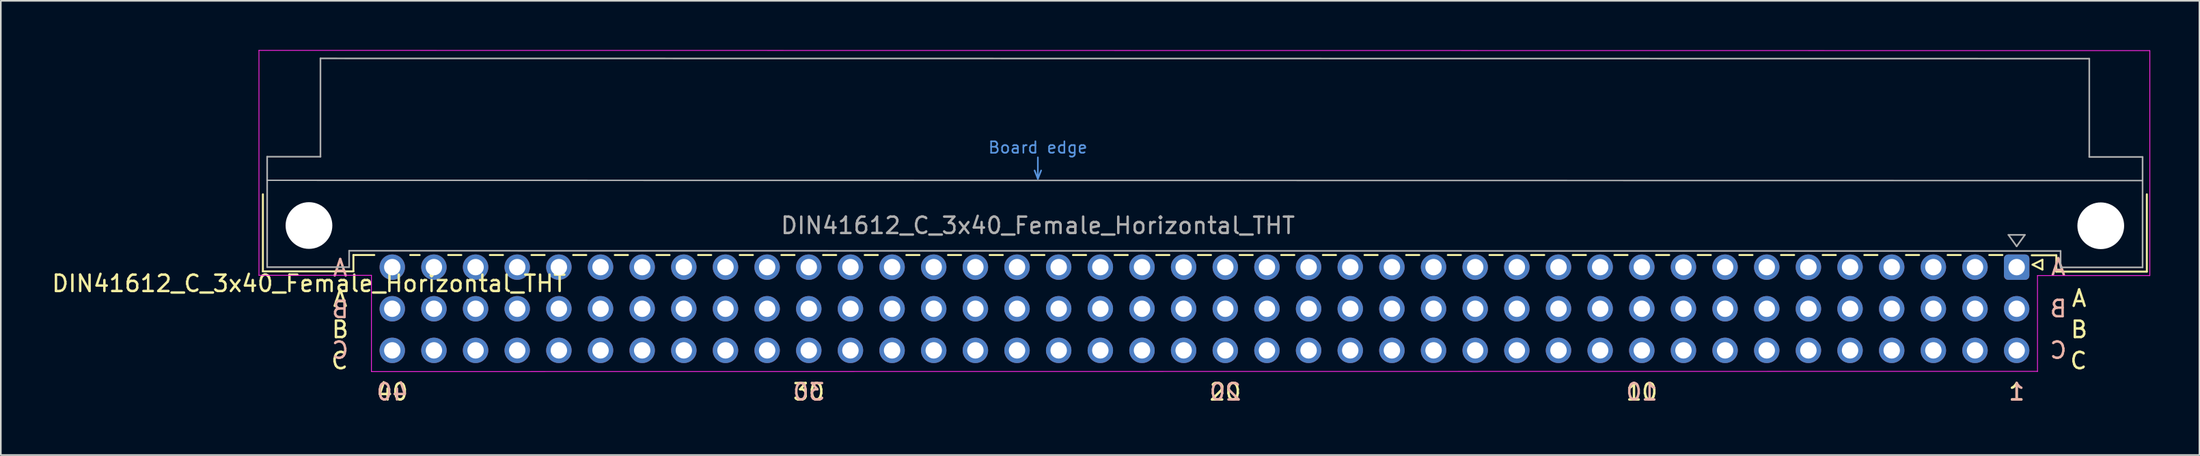
<source format=kicad_pcb>
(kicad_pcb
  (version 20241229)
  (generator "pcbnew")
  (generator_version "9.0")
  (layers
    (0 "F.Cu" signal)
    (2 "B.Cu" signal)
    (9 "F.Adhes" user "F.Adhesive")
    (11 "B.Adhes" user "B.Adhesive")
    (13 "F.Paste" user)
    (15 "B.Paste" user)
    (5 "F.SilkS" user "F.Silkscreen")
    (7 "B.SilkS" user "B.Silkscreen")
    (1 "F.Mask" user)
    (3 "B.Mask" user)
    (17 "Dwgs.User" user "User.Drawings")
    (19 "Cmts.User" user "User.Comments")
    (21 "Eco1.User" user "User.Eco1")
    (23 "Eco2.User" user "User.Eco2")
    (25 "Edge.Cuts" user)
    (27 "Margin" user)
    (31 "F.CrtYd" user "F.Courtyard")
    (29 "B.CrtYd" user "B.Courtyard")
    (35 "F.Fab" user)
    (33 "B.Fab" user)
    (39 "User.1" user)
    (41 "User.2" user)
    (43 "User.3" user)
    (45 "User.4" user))
  (footprint "DIN41612_C_3x40_Female_Horizontal_THT"
    (layer "F.Cu")
    (at 20.872 13.255)
    (property "Reference" "DIN41612_C_3x40_Female_Horizontal_THT" (at -5.08 1 0) (layer "F.SilkS") (effects (font (size 1 1) (thickness 0.15))))
    (attr through_hole)
    (fp_line (start -7.89 -4.445) (end -7.89 0.26) (stroke (width 0.12) (type solid)) (layer "F.SilkS"))
    (fp_line (start -7.89 0.26) (end -2.37 0.26) (stroke (width 0.12) (type solid)) (layer "F.SilkS"))
    (fp_line (start -2.371 -0.74) (end -1.095 -0.74) (stroke (width 0.12) (type solid)) (layer "F.SilkS"))
    (fp_line (start -2.37 0.26) (end -2.37 -0.74) (stroke (width 0.12) (type solid)) (layer "F.SilkS"))
    (fp_line (start 1.095 -0.74) (end 1.671 -0.74) (stroke (width 0.12) (type solid)) (layer "F.SilkS"))
    (fp_line (start 3.41 -0.74) (end 4.211 -0.74) (stroke (width 0.12) (type solid)) (layer "F.SilkS"))
    (fp_line (start 5.95 -0.74) (end 6.751 -0.74) (stroke (width 0.12) (type solid)) (layer "F.SilkS"))
    (fp_line (start 8.49 -0.74) (end 9.291 -0.74) (stroke (width 0.12) (type solid)) (layer "F.SilkS"))
    (fp_line (start 11.03 -0.74) (end 11.831 -0.74) (stroke (width 0.12) (type solid)) (layer "F.SilkS"))
    (fp_line (start 13.57 -0.74) (end 14.371 -0.74) (stroke (width 0.12) (type solid)) (layer "F.SilkS"))
    (fp_line (start 16.11 -0.74) (end 16.911 -0.74) (stroke (width 0.12) (type solid)) (layer "F.SilkS"))
    (fp_line (start 18.65 -0.74) (end 19.451 -0.74) (stroke (width 0.12) (type solid)) (layer "F.SilkS"))
    (fp_line (start 21.19 -0.74) (end 21.991 -0.74) (stroke (width 0.12) (type solid)) (layer "F.SilkS"))
    (fp_line (start 23.73 -0.74) (end 24.531 -0.74) (stroke (width 0.12) (type solid)) (layer "F.SilkS"))
    (fp_line (start 26.27 -0.74) (end 27.071 -0.74) (stroke (width 0.12) (type solid)) (layer "F.SilkS"))
    (fp_line (start 28.81 -0.74) (end 29.611 -0.74) (stroke (width 0.12) (type solid)) (layer "F.SilkS"))
    (fp_line (start 31.35 -0.74) (end 32.151 -0.74) (stroke (width 0.12) (type solid)) (layer "F.SilkS"))
    (fp_line (start 33.89 -0.74) (end 34.691 -0.74) (stroke (width 0.12) (type solid)) (layer "F.SilkS"))
    (fp_line (start 36.43 -0.74) (end 37.231 -0.74) (stroke (width 0.12) (type solid)) (layer "F.SilkS"))
    (fp_line (start 38.97 -0.74) (end 39.771 -0.74) (stroke (width 0.12) (type solid)) (layer "F.SilkS"))
    (fp_line (start 41.51 -0.74) (end 42.311 -0.74) (stroke (width 0.12) (type solid)) (layer "F.SilkS"))
    (fp_line (start 44.05 -0.74) (end 44.851 -0.74) (stroke (width 0.12) (type solid)) (layer "F.SilkS"))
    (fp_line (start 46.59 -0.74) (end 47.391 -0.74) (stroke (width 0.12) (type solid)) (layer "F.SilkS"))
    (fp_line (start 49.13 -0.74) (end 49.931 -0.74) (stroke (width 0.12) (type solid)) (layer "F.SilkS"))
    (fp_line (start 51.67 -0.74) (end 52.471 -0.74) (stroke (width 0.12) (type solid)) (layer "F.SilkS"))
    (fp_line (start 54.21 -0.74) (end 55.011 -0.74) (stroke (width 0.12) (type solid)) (layer "F.SilkS"))
    (fp_line (start 56.75 -0.74) (end 57.551 -0.74) (stroke (width 0.12) (type solid)) (layer "F.SilkS"))
    (fp_line (start 59.29 -0.74) (end 60.091 -0.74) (stroke (width 0.12) (type solid)) (layer "F.SilkS"))
    (fp_line (start 61.83 -0.74) (end 62.631 -0.74) (stroke (width 0.12) (type solid)) (layer "F.SilkS"))
    (fp_line (start 64.37 -0.74) (end 65.171 -0.74) (stroke (width 0.12) (type solid)) (layer "F.SilkS"))
    (fp_line (start 66.91 -0.74) (end 67.711 -0.74) (stroke (width 0.12) (type solid)) (layer "F.SilkS"))
    (fp_line (start 69.45 -0.74) (end 70.251 -0.74) (stroke (width 0.12) (type solid)) (layer "F.SilkS"))
    (fp_line (start 71.99 -0.74) (end 72.791 -0.74) (stroke (width 0.12) (type solid)) (layer "F.SilkS"))
    (fp_line (start 74.53 -0.74) (end 75.331 -0.74) (stroke (width 0.12) (type solid)) (layer "F.SilkS"))
    (fp_line (start 77.07 -0.74) (end 77.871 -0.74) (stroke (width 0.12) (type solid)) (layer "F.SilkS"))
    (fp_line (start 79.61 -0.74) (end 80.411 -0.74) (stroke (width 0.12) (type solid)) (layer "F.SilkS"))
    (fp_line (start 82.15 -0.74) (end 82.951 -0.74) (stroke (width 0.12) (type solid)) (layer "F.SilkS"))
    (fp_line (start 84.69 -0.74) (end 85.491 -0.74) (stroke (width 0.12) (type solid)) (layer "F.SilkS"))
    (fp_line (start 87.23 -0.74) (end 88.031 -0.74) (stroke (width 0.12) (type solid)) (layer "F.SilkS"))
    (fp_line (start 89.77 -0.74) (end 90.571 -0.74) (stroke (width 0.12) (type solid)) (layer "F.SilkS"))
    (fp_line (start 92.31 -0.74) (end 93.111 -0.74) (stroke (width 0.12) (type solid)) (layer "F.SilkS"))
    (fp_line (start 94.85 -0.74) (end 95.651 -0.74) (stroke (width 0.12) (type solid)) (layer "F.SilkS"))
    (fp_line (start 97.39 -0.74) (end 98.191 -0.74) (stroke (width 0.12) (type solid)) (layer "F.SilkS"))
    (fp_line (start 99.979 -0.725) (end 101.479 -0.725) (stroke (width 0.12) (type solid)) (layer "F.SilkS"))
    (fp_line (start 100.03 -0.15) (end 100.63 -0.45) (stroke (width 0.12) (type solid)) (layer "F.SilkS"))
    (fp_line (start 100.63 -0.45) (end 100.63 0.15) (stroke (width 0.12) (type solid)) (layer "F.SilkS"))
    (fp_line (start 100.63 0.15) (end 100.03 -0.15) (stroke (width 0.12) (type solid)) (layer "F.SilkS"))
    (fp_line (start 101.479 0.275) (end 101.479 -0.725) (stroke (width 0.12) (type solid)) (layer "F.SilkS"))
    (fp_line (start 106.999 -4.445) (end 106.999 0.275) (stroke (width 0.12) (type solid)) (layer "F.SilkS"))
    (fp_line (start 106.999 0.275) (end 101.479 0.275) (stroke (width 0.12) (type solid)) (layer "F.SilkS"))
    (fp_line (start -7.63 -5.3) (end 106.726 -5.284) (stroke (width 0.08) (type solid)) (layer "Dwgs.User"))
    (fp_line (start 39.17 -5.9) (end 39.37 -5.4) (stroke (width 0.1) (type solid)) (layer "Cmts.User"))
    (fp_line (start 39.37 -5.4) (end 39.37 -6.7) (stroke (width 0.1) (type solid)) (layer "Cmts.User"))
    (fp_line (start 39.37 -5.4) (end 39.57 -5.9) (stroke (width 0.1) (type solid)) (layer "Cmts.User"))
    (fp_line (start -8.13 -13.23) (end -8.13 0.5) (stroke (width 0.05) (type solid)) (layer "F.CrtYd"))
    (fp_line (start -8.13 0.5) (end -1.27 0.5) (stroke (width 0.05) (type solid)) (layer "F.CrtYd"))
    (fp_line (start -1.27 0.5) (end -1.27 6.36) (stroke (width 0.05) (type solid)) (layer "F.CrtYd"))
    (fp_line (start 100.33 0.515) (end 107.18 0.515) (stroke (width 0.05) (type solid)) (layer "F.CrtYd"))
    (fp_line (start 100.33 6.36) (end -1.27 6.375) (stroke (width 0.05) (type solid)) (layer "F.CrtYd"))
    (fp_line (start 100.33 6.375) (end 100.33 0.515) (stroke (width 0.05) (type solid)) (layer "F.CrtYd"))
    (fp_line (start 107.18 -13.215) (end -8.13 -13.23) (stroke (width 0.05) (type solid)) (layer "F.CrtYd"))
    (fp_line (start 107.18 0.515) (end 107.18 -13.215) (stroke (width 0.05) (type solid)) (layer "F.CrtYd"))
    (fp_line (start -7.63 -6.74) (end -7.63 0) (stroke (width 0.1) (type solid)) (layer "F.Fab"))
    (fp_line (start -7.63 0) (end -2.63 0) (stroke (width 0.1) (type solid)) (layer "F.Fab"))
    (fp_line (start -4.38 -12.74) (end -4.38 -6.74) (stroke (width 0.1) (type solid)) (layer "F.Fab"))
    (fp_line (start -4.38 -6.74) (end -7.63 -6.74) (stroke (width 0.1) (type solid)) (layer "F.Fab"))
    (fp_line (start -2.63 -1) (end 101.739 -0.985) (stroke (width 0.1) (type solid)) (layer "F.Fab"))
    (fp_line (start -2.63 0) (end -2.63 -1) (stroke (width 0.1) (type solid)) (layer "F.Fab"))
    (fp_line (start 98.56 -1.97) (end 99.56 -1.97) (stroke (width 0.1) (type solid)) (layer "F.Fab"))
    (fp_line (start 99.06 -1.27) (end 98.56 -1.97) (stroke (width 0.1) (type solid)) (layer "F.Fab"))
    (fp_line (start 99.56 -1.97) (end 99.06 -1.27) (stroke (width 0.1) (type solid)) (layer "F.Fab"))
    (fp_line (start 101.739 -0.985) (end 101.739 0.015) (stroke (width 0.1) (type solid)) (layer "F.Fab"))
    (fp_line (start 101.739 0.015) (end 106.739 0.015) (stroke (width 0.1) (type solid)) (layer "F.Fab"))
    (fp_line (start 103.489 -12.725) (end -4.38 -12.74) (stroke (width 0.1) (type solid)) (layer "F.Fab"))
    (fp_line (start 103.489 -6.725) (end 103.489 -12.725) (stroke (width 0.1) (type solid)) (layer "F.Fab"))
    (fp_line (start 106.739 -6.725) (end 103.489 -6.725) (stroke (width 0.1) (type solid)) (layer "F.Fab"))
    (fp_line (start 106.739 0.015) (end 106.739 -6.725) (stroke (width 0.1) (type solid)) (layer "F.Fab"))
    (fp_text user "B" (at 102.87 3.81 0) (layer "F.SilkS") (effects (font (size 1 1) (thickness 0.15))))
    (fp_text user "C" (at -3.81 5.715 0) (layer "F.SilkS") (effects (font (size 1 1) (thickness 0.15)) (justify left)))
    (fp_text user "40" (at 0 7.62 0) (layer "F.SilkS") (effects (font (size 1 1) (thickness 0.15))))
    (fp_text user "10" (at 76.2 7.62 0) (layer "F.SilkS") (effects (font (size 1 1) (thickness 0.15))))
    (fp_text user "30" (at 25.4 7.62 0) (layer "F.SilkS") (effects (font (size 1 1) (thickness 0.15))))
    (fp_text user "A" (at -3.175 1.905 0) (layer "F.SilkS") (effects (font (size 1 1) (thickness 0.15))))
    (fp_text user "C" (at 102.235 5.715 0) (layer "F.SilkS") (effects (font (size 1 1) (thickness 0.15)) (justify left)))
    (fp_text user "A" (at 102.87 1.905 0) (layer "F.SilkS") (effects (font (size 1 1) (thickness 0.15))))
    (fp_text user "B" (at -3.175 3.81 0) (layer "F.SilkS") (effects (font (size 1 1) (thickness 0.15))))
    (fp_text user "1" (at 99.06 7.62 0) (layer "F.SilkS") (effects (font (size 1 1) (thickness 0.15))))
    (fp_text user "20" (at 50.8 7.62 0) (layer "F.SilkS") (effects (font (size 1 1) (thickness 0.15))))
    (fp_text user "20" (at 50.8 7.62 0) (layer "B.SilkS") (effects (font (size 1 1) (thickness 0.15)) (justify mirror)))
    (fp_text user "A" (at -3.175 0.635 0) (layer "B.SilkS") (effects (font (size 1 1) (thickness 0.15)) (justify bottom mirror)))
    (fp_text user "40" (at 0 7.62 0) (layer "B.SilkS") (effects (font (size 1 1) (thickness 0.15)) (justify mirror)))
    (fp_text user "1" (at 99.06 7.62 0) (layer "B.SilkS") (effects (font (size 1 1) (thickness 0.15)) (justify mirror)))
    (fp_text user "C" (at -3.175 5.08 0) (layer "B.SilkS") (effects (font (size 1 1) (thickness 0.15)) (justify mirror)))
    (fp_text user "B" (at 101.6 2.54 0) (layer "B.SilkS") (effects (font (size 1 1) (thickness 0.15)) (justify mirror)))
    (fp_text user "A" (at 101.6 0 0) (layer "B.SilkS") (effects (font (size 1 1) (thickness 0.15)) (justify mirror)))
    (fp_text user "30" (at 25.4 7.62 0) (layer "B.SilkS") (effects (font (size 1 1) (thickness 0.15)) (justify mirror)))
    (fp_text user "C" (at 101.6 5.08 0) (layer "B.SilkS") (effects (font (size 1 1) (thickness 0.15)) (justify mirror)))
    (fp_text user "B" (at -3.175 3.175 0) (layer "B.SilkS") (effects (font (size 1 1) (thickness 0.15)) (justify bottom mirror)))
    (fp_text user "10" (at 76.2 7.62 0) (layer "B.SilkS") (effects (font (size 1 1) (thickness 0.15)) (justify mirror)))
    (fp_text user "Board edge" (at 39.37 -7.3 0) (layer "Cmts.User") (effects (font (size 0.7 0.7) (thickness 0.1))))
    (fp_text user "${REFERENCE}" (at 39.37 -2.54 0) (layer "F.Fab") (effects (font (size 1 1) (thickness 0.15))))
    (pad "" np_thru_hole circle (at -5.08 -2.54) (size 2.85 2.85) (drill 2.85) (layers "*.Cu" "*.Mask"))
    (pad "" np_thru_hole circle (at 104.189 -2.525) (size 2.85 2.85) (drill 2.85) (layers "*.Cu" "*.Mask"))
    (pad "a1" thru_hole roundrect (at 99.06 0) (size 1.55 1.55) (drill 1) (layers "*.Cu" "*.Mask") (roundrect_rratio 0.161))
    (pad "a2" thru_hole circle (at 96.52 0) (size 1.55 1.55) (drill 1) (layers "*.Cu" "*.Mask"))
    (pad "a3" thru_hole circle (at 93.98 0) (size 1.55 1.55) (drill 1) (layers "*.Cu" "*.Mask"))
    (pad "a4" thru_hole circle (at 91.44 0) (size 1.55 1.55) (drill 1) (layers "*.Cu" "*.Mask"))
    (pad "a5" thru_hole circle (at 88.9 0) (size 1.55 1.55) (drill 1) (layers "*.Cu" "*.Mask"))
    (pad "a6" thru_hole circle (at 86.36 0) (size 1.55 1.55) (drill 1) (layers "*.Cu" "*.Mask"))
    (pad "a7" thru_hole circle (at 83.82 0) (size 1.55 1.55) (drill 1) (layers "*.Cu" "*.Mask"))
    (pad "a8" thru_hole circle (at 81.28 0) (size 1.55 1.55) (drill 1) (layers "*.Cu" "*.Mask"))
    (pad "a9" thru_hole circle (at 78.74 0) (size 1.55 1.55) (drill 1) (layers "*.Cu" "*.Mask"))
    (pad "a10" thru_hole circle (at 76.2 0) (size 1.55 1.55) (drill 1) (layers "*.Cu" "*.Mask"))
    (pad "a11" thru_hole circle (at 73.66 0) (size 1.55 1.55) (drill 1) (layers "*.Cu" "*.Mask"))
    (pad "a12" thru_hole circle (at 71.12 0) (size 1.55 1.55) (drill 1) (layers "*.Cu" "*.Mask"))
    (pad "a13" thru_hole circle (at 68.58 0) (size 1.55 1.55) (drill 1) (layers "*.Cu" "*.Mask"))
    (pad "a14" thru_hole circle (at 66.04 0) (size 1.55 1.55) (drill 1) (layers "*.Cu" "*.Mask"))
    (pad "a15" thru_hole circle (at 63.5 0) (size 1.55 1.55) (drill 1) (layers "*.Cu" "*.Mask"))
    (pad "a16" thru_hole circle (at 60.96 0) (size 1.55 1.55) (drill 1) (layers "*.Cu" "*.Mask"))
    (pad "a17" thru_hole circle (at 58.42 0) (size 1.55 1.55) (drill 1) (layers "*.Cu" "*.Mask"))
    (pad "a18" thru_hole circle (at 55.88 0) (size 1.55 1.55) (drill 1) (layers "*.Cu" "*.Mask"))
    (pad "a19" thru_hole circle (at 53.34 0) (size 1.55 1.55) (drill 1) (layers "*.Cu" "*.Mask"))
    (pad "a20" thru_hole circle (at 50.8 0) (size 1.55 1.55) (drill 1) (layers "*.Cu" "*.Mask"))
    (pad "a21" thru_hole circle (at 48.26 0) (size 1.55 1.55) (drill 1) (layers "*.Cu" "*.Mask"))
    (pad "a22" thru_hole circle (at 45.72 0) (size 1.55 1.55) (drill 1) (layers "*.Cu" "*.Mask"))
    (pad "a23" thru_hole circle (at 43.18 0) (size 1.55 1.55) (drill 1) (layers "*.Cu" "*.Mask"))
    (pad "a24" thru_hole circle (at 40.64 0) (size 1.55 1.55) (drill 1) (layers "*.Cu" "*.Mask"))
    (pad "a25" thru_hole circle (at 38.1 0) (size 1.55 1.55) (drill 1) (layers "*.Cu" "*.Mask"))
    (pad "a26" thru_hole circle (at 35.56 0) (size 1.55 1.55) (drill 1) (layers "*.Cu" "*.Mask"))
    (pad "a27" thru_hole circle (at 33.02 0) (size 1.55 1.55) (drill 1) (layers "*.Cu" "*.Mask"))
    (pad "a28" thru_hole circle (at 30.48 0) (size 1.55 1.55) (drill 1) (layers "*.Cu" "*.Mask"))
    (pad "a29" thru_hole circle (at 27.94 0) (size 1.55 1.55) (drill 1) (layers "*.Cu" "*.Mask"))
    (pad "a30" thru_hole circle (at 25.4 0) (size 1.55 1.55) (drill 1) (layers "*.Cu" "*.Mask"))
    (pad "a31" thru_hole circle (at 22.86 0) (size 1.55 1.55) (drill 1) (layers "*.Cu" "*.Mask"))
    (pad "a32" thru_hole circle (at 20.32 0) (size 1.55 1.55) (drill 1) (layers "*.Cu" "*.Mask"))
    (pad "a33" thru_hole circle (at 17.78 0) (size 1.55 1.55) (drill 1) (layers "*.Cu" "*.Mask"))
    (pad "a34" thru_hole circle (at 15.24 0) (size 1.55 1.55) (drill 1) (layers "*.Cu" "*.Mask"))
    (pad "a35" thru_hole circle (at 12.7 0) (size 1.55 1.55) (drill 1) (layers "*.Cu" "*.Mask"))
    (pad "a36" thru_hole circle (at 10.16 0) (size 1.55 1.55) (drill 1) (layers "*.Cu" "*.Mask"))
    (pad "a37" thru_hole circle (at 7.62 0) (size 1.55 1.55) (drill 1) (layers "*.Cu" "*.Mask"))
    (pad "a38" thru_hole circle (at 5.08 0) (size 1.55 1.55) (drill 1) (layers "*.Cu" "*.Mask"))
    (pad "a39" thru_hole circle (at 2.54 0) (size 1.55 1.55) (drill 1) (layers "*.Cu" "*.Mask"))
    (pad "a40" thru_hole circle (at 0 0) (size 1.55 1.55) (drill 1) (layers "*.Cu" "*.Mask"))
    (pad "b1" thru_hole circle (at 99.06 2.54) (size 1.55 1.55) (drill 1) (layers "*.Cu" "*.Mask"))
    (pad "b2" thru_hole circle (at 96.52 2.54) (size 1.55 1.55) (drill 1) (layers "*.Cu" "*.Mask"))
    (pad "b3" thru_hole circle (at 93.98 2.54) (size 1.55 1.55) (drill 1) (layers "*.Cu" "*.Mask"))
    (pad "b4" thru_hole circle (at 91.44 2.54) (size 1.55 1.55) (drill 1) (layers "*.Cu" "*.Mask"))
    (pad "b5" thru_hole circle (at 88.9 2.54) (size 1.55 1.55) (drill 1) (layers "*.Cu" "*.Mask"))
    (pad "b6" thru_hole circle (at 86.36 2.54) (size 1.55 1.55) (drill 1) (layers "*.Cu" "*.Mask"))
    (pad "b7" thru_hole circle (at 83.82 2.54) (size 1.55 1.55) (drill 1) (layers "*.Cu" "*.Mask"))
    (pad "b8" thru_hole circle (at 81.28 2.54) (size 1.55 1.55) (drill 1) (layers "*.Cu" "*.Mask"))
    (pad "b9" thru_hole circle (at 78.74 2.54) (size 1.55 1.55) (drill 1) (layers "*.Cu" "*.Mask"))
    (pad "b10" thru_hole circle (at 76.2 2.54) (size 1.55 1.55) (drill 1) (layers "*.Cu" "*.Mask"))
    (pad "b11" thru_hole circle (at 73.66 2.54) (size 1.55 1.55) (drill 1) (layers "*.Cu" "*.Mask"))
    (pad "b12" thru_hole circle (at 71.12 2.54) (size 1.55 1.55) (drill 1) (layers "*.Cu" "*.Mask"))
    (pad "b13" thru_hole circle (at 68.58 2.54) (size 1.55 1.55) (drill 1) (layers "*.Cu" "*.Mask"))
    (pad "b14" thru_hole circle (at 66.04 2.54) (size 1.55 1.55) (drill 1) (layers "*.Cu" "*.Mask"))
    (pad "b15" thru_hole circle (at 63.5 2.54) (size 1.55 1.55) (drill 1) (layers "*.Cu" "*.Mask"))
    (pad "b16" thru_hole circle (at 60.96 2.54) (size 1.55 1.55) (drill 1) (layers "*.Cu" "*.Mask"))
    (pad "b17" thru_hole circle (at 58.42 2.54) (size 1.55 1.55) (drill 1) (layers "*.Cu" "*.Mask"))
    (pad "b18" thru_hole circle (at 55.88 2.54) (size 1.55 1.55) (drill 1) (layers "*.Cu" "*.Mask"))
    (pad "b19" thru_hole circle (at 53.34 2.54) (size 1.55 1.55) (drill 1) (layers "*.Cu" "*.Mask"))
    (pad "b20" thru_hole circle (at 50.8 2.54) (size 1.55 1.55) (drill 1) (layers "*.Cu" "*.Mask"))
    (pad "b21" thru_hole circle (at 48.26 2.54) (size 1.55 1.55) (drill 1) (layers "*.Cu" "*.Mask"))
    (pad "b22" thru_hole circle (at 45.72 2.54) (size 1.55 1.55) (drill 1) (layers "*.Cu" "*.Mask"))
    (pad "b23" thru_hole circle (at 43.18 2.54) (size 1.55 1.55) (drill 1) (layers "*.Cu" "*.Mask"))
    (pad "b24" thru_hole circle (at 40.64 2.54) (size 1.55 1.55) (drill 1) (layers "*.Cu" "*.Mask"))
    (pad "b25" thru_hole circle (at 38.1 2.54) (size 1.55 1.55) (drill 1) (layers "*.Cu" "*.Mask"))
    (pad "b26" thru_hole circle (at 35.56 2.54) (size 1.55 1.55) (drill 1) (layers "*.Cu" "*.Mask"))
    (pad "b27" thru_hole circle (at 33.02 2.54) (size 1.55 1.55) (drill 1) (layers "*.Cu" "*.Mask"))
    (pad "b28" thru_hole circle (at 30.48 2.54) (size 1.55 1.55) (drill 1) (layers "*.Cu" "*.Mask"))
    (pad "b29" thru_hole circle (at 27.94 2.54) (size 1.55 1.55) (drill 1) (layers "*.Cu" "*.Mask"))
    (pad "b30" thru_hole circle (at 25.4 2.54) (size 1.55 1.55) (drill 1) (layers "*.Cu" "*.Mask"))
    (pad "b31" thru_hole circle (at 22.86 2.54) (size 1.55 1.55) (drill 1) (layers "*.Cu" "*.Mask"))
    (pad "b32" thru_hole circle (at 20.32 2.54) (size 1.55 1.55) (drill 1) (layers "*.Cu" "*.Mask"))
    (pad "b33" thru_hole circle (at 17.78 2.54) (size 1.55 1.55) (drill 1) (layers "*.Cu" "*.Mask"))
    (pad "b34" thru_hole circle (at 15.24 2.54) (size 1.55 1.55) (drill 1) (layers "*.Cu" "*.Mask"))
    (pad "b35" thru_hole circle (at 12.7 2.54) (size 1.55 1.55) (drill 1) (layers "*.Cu" "*.Mask"))
    (pad "b36" thru_hole circle (at 10.16 2.54) (size 1.55 1.55) (drill 1) (layers "*.Cu" "*.Mask"))
    (pad "b37" thru_hole circle (at 7.62 2.54) (size 1.55 1.55) (drill 1) (layers "*.Cu" "*.Mask"))
    (pad "b38" thru_hole circle (at 5.08 2.54) (size 1.55 1.55) (drill 1) (layers "*.Cu" "*.Mask"))
    (pad "b39" thru_hole circle (at 2.54 2.54) (size 1.55 1.55) (drill 1) (layers "*.Cu" "*.Mask"))
    (pad "b40" thru_hole circle (at 0 2.54) (size 1.55 1.55) (drill 1) (layers "*.Cu" "*.Mask"))
    (pad "c1" thru_hole circle (at 99.06 5.08) (size 1.55 1.55) (drill 1) (layers "*.Cu" "*.Mask"))
    (pad "c2" thru_hole circle (at 96.52 5.08) (size 1.55 1.55) (drill 1) (layers "*.Cu" "*.Mask"))
    (pad "c3" thru_hole circle (at 93.98 5.08) (size 1.55 1.55) (drill 1) (layers "*.Cu" "*.Mask"))
    (pad "c4" thru_hole circle (at 91.44 5.08) (size 1.55 1.55) (drill 1) (layers "*.Cu" "*.Mask"))
    (pad "c5" thru_hole circle (at 88.9 5.08) (size 1.55 1.55) (drill 1) (layers "*.Cu" "*.Mask"))
    (pad "c6" thru_hole circle (at 86.36 5.08) (size 1.55 1.55) (drill 1) (layers "*.Cu" "*.Mask"))
    (pad "c7" thru_hole circle (at 83.82 5.08) (size 1.55 1.55) (drill 1) (layers "*.Cu" "*.Mask"))
    (pad "c8" thru_hole circle (at 81.28 5.08) (size 1.55 1.55) (drill 1) (layers "*.Cu" "*.Mask"))
    (pad "c9" thru_hole circle (at 78.74 5.08) (size 1.55 1.55) (drill 1) (layers "*.Cu" "*.Mask"))
    (pad "c10" thru_hole circle (at 76.2 5.08) (size 1.55 1.55) (drill 1) (layers "*.Cu" "*.Mask"))
    (pad "c11" thru_hole circle (at 73.66 5.08) (size 1.55 1.55) (drill 1) (layers "*.Cu" "*.Mask"))
    (pad "c12" thru_hole circle (at 71.12 5.08) (size 1.55 1.55) (drill 1) (layers "*.Cu" "*.Mask"))
    (pad "c13" thru_hole circle (at 68.58 5.08) (size 1.55 1.55) (drill 1) (layers "*.Cu" "*.Mask"))
    (pad "c14" thru_hole circle (at 66.04 5.08) (size 1.55 1.55) (drill 1) (layers "*.Cu" "*.Mask"))
    (pad "c15" thru_hole circle (at 63.5 5.08) (size 1.55 1.55) (drill 1) (layers "*.Cu" "*.Mask"))
    (pad "c16" thru_hole circle (at 60.96 5.08) (size 1.55 1.55) (drill 1) (layers "*.Cu" "*.Mask"))
    (pad "c17" thru_hole circle (at 58.42 5.08) (size 1.55 1.55) (drill 1) (layers "*.Cu" "*.Mask"))
    (pad "c18" thru_hole circle (at 55.88 5.08) (size 1.55 1.55) (drill 1) (layers "*.Cu" "*.Mask"))
    (pad "c19" thru_hole circle (at 53.34 5.08) (size 1.55 1.55) (drill 1) (layers "*.Cu" "*.Mask"))
    (pad "c20" thru_hole circle (at 50.8 5.08) (size 1.55 1.55) (drill 1) (layers "*.Cu" "*.Mask"))
    (pad "c21" thru_hole circle (at 48.26 5.08) (size 1.55 1.55) (drill 1) (layers "*.Cu" "*.Mask"))
    (pad "c22" thru_hole circle (at 45.72 5.08) (size 1.55 1.55) (drill 1) (layers "*.Cu" "*.Mask"))
    (pad "c23" thru_hole circle (at 43.18 5.08) (size 1.55 1.55) (drill 1) (layers "*.Cu" "*.Mask"))
    (pad "c24" thru_hole circle (at 40.64 5.08) (size 1.55 1.55) (drill 1) (layers "*.Cu" "*.Mask"))
    (pad "c25" thru_hole circle (at 38.1 5.08) (size 1.55 1.55) (drill 1) (layers "*.Cu" "*.Mask"))
    (pad "c26" thru_hole circle (at 35.56 5.08) (size 1.55 1.55) (drill 1) (layers "*.Cu" "*.Mask"))
    (pad "c27" thru_hole circle (at 33.02 5.08) (size 1.55 1.55) (drill 1) (layers "*.Cu" "*.Mask"))
    (pad "c28" thru_hole circle (at 30.48 5.08) (size 1.55 1.55) (drill 1) (layers "*.Cu" "*.Mask"))
    (pad "c29" thru_hole circle (at 27.94 5.08) (size 1.55 1.55) (drill 1) (layers "*.Cu" "*.Mask"))
    (pad "c30" thru_hole circle (at 25.4 5.08) (size 1.55 1.55) (drill 1) (layers "*.Cu" "*.Mask"))
    (pad "c31" thru_hole circle (at 22.86 5.08) (size 1.55 1.55) (drill 1) (layers "*.Cu" "*.Mask"))
    (pad "c32" thru_hole circle (at 20.32 5.08) (size 1.55 1.55) (drill 1) (layers "*.Cu" "*.Mask"))
    (pad "c33" thru_hole circle (at 17.78 5.08) (size 1.55 1.55) (drill 1) (layers "*.Cu" "*.Mask"))
    (pad "c34" thru_hole circle (at 15.24 5.08) (size 1.55 1.55) (drill 1) (layers "*.Cu" "*.Mask"))
    (pad "c35" thru_hole circle (at 12.7 5.08) (size 1.55 1.55) (drill 1) (layers "*.Cu" "*.Mask"))
    (pad "c36" thru_hole circle (at 10.16 5.08) (size 1.55 1.55) (drill 1) (layers "*.Cu" "*.Mask"))
    (pad "c37" thru_hole circle (at 7.62 5.08) (size 1.55 1.55) (drill 1) (layers "*.Cu" "*.Mask"))
    (pad "c38" thru_hole circle (at 5.08 5.08) (size 1.55 1.55) (drill 1) (layers "*.Cu" "*.Mask"))
    (pad "c39" thru_hole circle (at 2.54 5.08) (size 1.55 1.55) (drill 1) (layers "*.Cu" "*.Mask"))
    (pad "c40" thru_hole circle (at 0 5.08) (size 1.55 1.55) (drill 1) (layers "*.Cu" "*.Mask")))
  (gr_rect
    (start -3 -3)
    (end 131.077 24.723)
    (stroke (width 0.1) (type default))
    (fill no)
    (layer "Edge.Cuts")))
</source>
